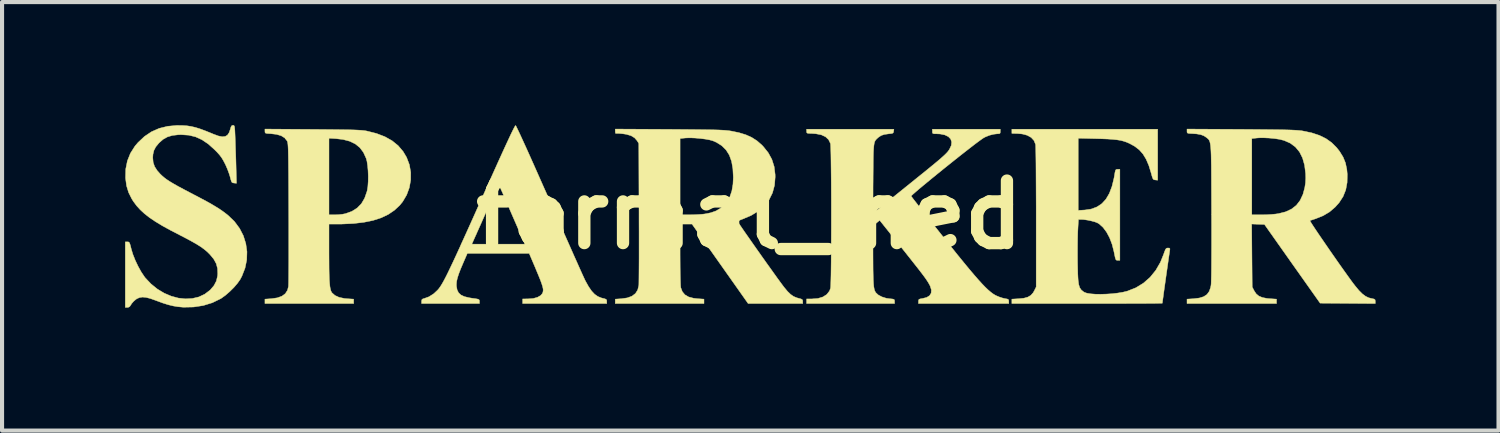
<source format=kicad_pcb>
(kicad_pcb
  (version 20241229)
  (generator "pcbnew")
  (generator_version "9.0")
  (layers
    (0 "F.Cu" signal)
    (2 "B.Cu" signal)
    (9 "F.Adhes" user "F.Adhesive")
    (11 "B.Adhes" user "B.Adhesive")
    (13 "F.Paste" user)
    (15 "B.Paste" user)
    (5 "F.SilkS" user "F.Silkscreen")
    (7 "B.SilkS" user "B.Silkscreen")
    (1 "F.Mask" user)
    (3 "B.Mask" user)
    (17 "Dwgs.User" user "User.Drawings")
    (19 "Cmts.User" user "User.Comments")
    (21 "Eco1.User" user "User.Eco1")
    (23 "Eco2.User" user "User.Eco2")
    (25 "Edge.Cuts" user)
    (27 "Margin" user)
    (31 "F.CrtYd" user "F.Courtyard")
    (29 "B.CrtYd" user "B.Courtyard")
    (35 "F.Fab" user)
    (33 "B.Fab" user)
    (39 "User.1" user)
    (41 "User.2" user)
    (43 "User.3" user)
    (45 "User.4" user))
  (footprint "formal_med"
    (layer "F.Cu")
    (at 15.226 2.188)
    (property "Reference" "formal_med" (at 0 0 0) (layer "F.SilkS") (effects (font (size 1.524 1.524) (thickness 0.3))))
    (attr through_hole)
    (fp_poly (pts (xy -10.654 -2.083) (xy -10.408 -2.081) (xy -10.197 -2.079) (xy -10.017 -2.077) (xy -9.865 -2.075) (xy -9.739 -2.073) (xy -9.635 -2.07) (xy -9.551 -2.066) (xy -9.482 -2.062) (xy -9.426 -2.057) (xy -9.381 -2.052) (xy -9.342 -2.045) (xy -9.335 -2.044) (xy -9.097 -1.984) (xy -8.891 -1.905) (xy -8.715 -1.806) (xy -8.568 -1.687) (xy -8.447 -1.545) (xy -8.362 -1.402) (xy -8.294 -1.223) (xy -8.261 -1.037) (xy -8.262 -0.848) (xy -8.295 -0.662) (xy -8.36 -0.485) (xy -8.457 -0.321) (xy -8.53 -0.231) (xy -8.659 -0.111) (xy -8.808 -0.01) (xy -8.98 0.072) (xy -9.177 0.136) (xy -9.402 0.182) (xy -9.655 0.212) (xy -9.94 0.225) (xy -10.048 0.226) (xy -10.254 0.226) (xy -10.254 0.927) (xy -10.253 1.139) (xy -10.252 1.317) (xy -10.249 1.465) (xy -10.245 1.585) (xy -10.238 1.68) (xy -10.23 1.755) (xy -10.219 1.813) (xy -10.206 1.856) (xy -10.19 1.888) (xy -10.182 1.9) (xy -10.11 1.965) (xy -10.008 2.012) (xy -9.877 2.04) (xy -9.813 2.046) (xy -9.652 2.056) (xy -9.652 2.164) (xy -11.816 2.164) (xy -11.816 2.056) (xy -11.657 2.045) (xy -11.513 2.024) (xy -11.401 1.983) (xy -11.319 1.922) (xy -11.266 1.839) (xy -11.242 1.745) (xy -11.241 1.712) (xy -11.239 1.644) (xy -11.238 1.544) (xy -11.237 1.415) (xy -11.236 1.26) (xy -11.235 1.082) (xy -11.235 0.883) (xy -11.235 0.666) (xy -11.235 0.435) (xy -11.235 0.192) (xy -11.236 0) (xy -10.254 0) (xy -10.108 0) (xy -10.018 -0.004) (xy -9.926 -0.014) (xy -9.853 -0.028) (xy -9.697 -0.084) (xy -9.568 -0.165) (xy -9.464 -0.271) (xy -9.385 -0.405) (xy -9.328 -0.569) (xy -9.321 -0.597) (xy -9.306 -0.692) (xy -9.298 -0.809) (xy -9.296 -0.94) (xy -9.301 -1.073) (xy -9.312 -1.198) (xy -9.328 -1.305) (xy -9.348 -1.378) (xy -9.414 -1.522) (xy -9.501 -1.638) (xy -9.612 -1.728) (xy -9.748 -1.794) (xy -9.911 -1.837) (xy -10.08 -1.857) (xy -10.254 -1.868) (xy -10.254 0) (xy -11.236 0) (xy -11.236 -0.047) (xy -11.237 -0.339) (xy -11.238 -0.595) (xy -11.239 -0.819) (xy -11.24 -1.012) (xy -11.242 -1.177) (xy -11.243 -1.316) (xy -11.245 -1.432) (xy -11.247 -1.527) (xy -11.249 -1.603) (xy -11.252 -1.662) (xy -11.255 -1.708) (xy -11.259 -1.742) (xy -11.263 -1.767) (xy -11.268 -1.785) (xy -11.274 -1.798) (xy -11.276 -1.802) (xy -11.333 -1.875) (xy -11.418 -1.928) (xy -11.533 -1.962) (xy -11.678 -1.979) (xy -11.689 -1.979) (xy -11.756 -1.983) (xy -11.794 -1.989) (xy -11.811 -2.001) (xy -11.815 -2.024) (xy -11.816 -2.038) (xy -11.816 -2.091) (xy -10.654 -2.083)) (stroke (width 0.01) (type solid)) (fill yes) (layer "F.SilkS"))
    (fp_poly (pts (xy -5.704 -2.178) (xy -5.692 -2.161) (xy -5.667 -2.11) (xy -5.628 -2.029) (xy -5.576 -1.918) (xy -5.513 -1.78) (xy -5.438 -1.616) (xy -5.354 -1.429) (xy -5.26 -1.219) (xy -5.158 -0.989) (xy -5.048 -0.741) (xy -4.93 -0.476) (xy -4.874 -0.348) (xy -4.764 -0.097) (xy -4.657 0.146) (xy -4.554 0.379) (xy -4.456 0.599) (xy -4.365 0.804) (xy -4.282 0.992) (xy -4.207 1.159) (xy -4.142 1.305) (xy -4.088 1.425) (xy -4.046 1.517) (xy -4.017 1.58) (xy -4.003 1.609) (xy -3.925 1.749) (xy -3.851 1.857) (xy -3.776 1.937) (xy -3.697 1.992) (xy -3.61 2.027) (xy -3.582 2.034) (xy -3.523 2.049) (xy -3.493 2.064) (xy -3.482 2.086) (xy -3.481 2.11) (xy -3.481 2.164) (xy -5.532 2.164) (xy -5.532 2.051) (xy -5.405 2.05) (xy -5.274 2.04) (xy -5.169 2.011) (xy -5.091 1.966) (xy -5.054 1.922) (xy -5.039 1.89) (xy -5.032 1.854) (xy -5.032 1.812) (xy -5.043 1.757) (xy -5.065 1.686) (xy -5.098 1.594) (xy -5.145 1.478) (xy -5.206 1.332) (xy -5.216 1.307) (xy -5.372 0.941) (xy -6.126 0.941) (xy -6.881 0.941) (xy -6.985 1.181) (xy -7.047 1.327) (xy -7.092 1.445) (xy -7.123 1.542) (xy -7.141 1.622) (xy -7.147 1.692) (xy -7.146 1.74) (xy -7.129 1.831) (xy -7.094 1.901) (xy -7.037 1.954) (xy -6.952 1.994) (xy -6.837 2.022) (xy -6.758 2.035) (xy -6.677 2.046) (xy -6.627 2.055) (xy -6.599 2.066) (xy -6.588 2.081) (xy -6.585 2.104) (xy -6.585 2.111) (xy -6.585 2.164) (xy -7.996 2.164) (xy -7.996 2.109) (xy -7.99 2.069) (xy -7.965 2.049) (xy -7.935 2.041) (xy -7.816 1.998) (xy -7.7 1.924) (xy -7.608 1.838) (xy -7.583 1.81) (xy -7.558 1.777) (xy -7.531 1.738) (xy -7.502 1.691) (xy -7.469 1.634) (xy -7.432 1.565) (xy -7.389 1.482) (xy -7.341 1.384) (xy -7.285 1.267) (xy -7.221 1.132) (xy -7.148 0.975) (xy -7.065 0.794) (xy -7.03 0.715) (xy -6.771 0.715) (xy -5.478 0.715) (xy -5.628 0.372) (xy -5.685 0.24) (xy -5.752 0.087) (xy -5.822 -0.074) (xy -5.889 -0.23) (xy -5.942 -0.352) (xy -5.99 -0.463) (xy -6.033 -0.561) (xy -6.07 -0.642) (xy -6.097 -0.7) (xy -6.113 -0.73) (xy -6.116 -0.733) (xy -6.126 -0.717) (xy -6.149 -0.67) (xy -6.183 -0.598) (xy -6.227 -0.503) (xy -6.278 -0.391) (xy -6.334 -0.266) (xy -6.354 -0.221) (xy -6.417 -0.079) (xy -6.481 0.064) (xy -6.541 0.2) (xy -6.596 0.323) (xy -6.642 0.425) (xy -6.675 0.501) (xy -6.677 0.503) (xy -6.771 0.715) (xy -7.03 0.715) (xy -6.972 0.588) (xy -6.867 0.356) (xy -6.749 0.094) (xy -6.618 -0.199) (xy -6.49 -0.485) (xy -6.352 -0.794) (xy -6.228 -1.069) (xy -6.119 -1.311) (xy -6.023 -1.522) (xy -5.941 -1.701) (xy -5.871 -1.851) (xy -5.815 -1.971) (xy -5.77 -2.063) (xy -5.737 -2.128) (xy -5.715 -2.166) (xy -5.704 -2.178) (xy -5.704 -2.178)) (stroke (width 0.01) (type solid)) (fill yes) (layer "F.SilkS"))
    (fp_poly (pts (xy -1.961 -2.084) (xy -1.7 -2.082) (xy -1.473 -2.08) (xy -1.278 -2.078) (xy -1.111 -2.076) (xy -0.97 -2.074) (xy -0.853 -2.072) (xy -0.755 -2.069) (xy -0.673 -2.065) (xy -0.606 -2.061) (xy -0.55 -2.056) (xy -0.502 -2.051) (xy -0.459 -2.044) (xy -0.455 -2.044) (xy -0.257 -2.003) (xy -0.09 -1.952) (xy 0.054 -1.887) (xy 0.182 -1.805) (xy 0.3 -1.702) (xy 0.331 -1.67) (xy 0.456 -1.515) (xy 0.545 -1.352) (xy 0.601 -1.175) (xy 0.625 -0.98) (xy 0.626 -0.922) (xy 0.61 -0.72) (xy 0.56 -0.535) (xy 0.477 -0.368) (xy 0.363 -0.22) (xy 0.217 -0.092) (xy 0.039 0.016) (xy -0.169 0.104) (xy -0.169 0.104) (xy -0.23 0.128) (xy -0.272 0.151) (xy -0.287 0.168) (xy -0.287 0.168) (xy -0.275 0.188) (xy -0.243 0.236) (xy -0.195 0.306) (xy -0.133 0.397) (xy -0.058 0.504) (xy 0.026 0.624) (xy 0.117 0.754) (xy 0.212 0.889) (xy 0.309 1.026) (xy 0.406 1.163) (xy 0.5 1.294) (xy 0.588 1.417) (xy 0.668 1.529) (xy 0.738 1.625) (xy 0.795 1.702) (xy 0.836 1.757) (xy 0.842 1.765) (xy 0.926 1.866) (xy 1.001 1.939) (xy 1.074 1.99) (xy 1.153 2.023) (xy 1.2 2.036) (xy 1.258 2.052) (xy 1.287 2.068) (xy 1.297 2.092) (xy 1.298 2.112) (xy 1.298 2.164) (xy -0.033 2.164) (xy -0.717 1.195) (xy -1.402 0.226) (xy -1.548 0.226) (xy -1.693 0.226) (xy -1.693 0.964) (xy -1.692 1.13) (xy -1.691 1.287) (xy -1.689 1.43) (xy -1.686 1.555) (xy -1.683 1.657) (xy -1.68 1.731) (xy -1.676 1.772) (xy -1.675 1.777) (xy -1.638 1.874) (xy -1.575 1.949) (xy -1.485 2.002) (xy -1.365 2.034) (xy -1.271 2.045) (xy -1.11 2.056) (xy -1.11 2.164) (xy -3.274 2.164) (xy -3.274 2.056) (xy -3.123 2.046) (xy -2.979 2.025) (xy -2.866 1.983) (xy -2.782 1.919) (xy -2.727 1.833) (xy -2.7 1.725) (xy -2.698 1.692) (xy -2.697 1.624) (xy -2.696 1.525) (xy -2.695 1.396) (xy -2.694 1.241) (xy -2.693 1.063) (xy -2.693 0.864) (xy -2.693 0.648) (xy -2.693 0.417) (xy -2.694 0.175) (xy -2.694 -0.056) (xy -2.7 -1.74) (xy -2.741 -1.807) (xy -2.787 -1.86) (xy -1.693 -1.86) (xy -1.693 0) (xy -1.469 0) (xy -1.362 -0.002) (xy -1.252 -0.007) (xy -1.154 -0.014) (xy -1.099 -0.02) (xy -0.948 -0.049) (xy -0.824 -0.092) (xy -0.719 -0.153) (xy -0.653 -0.207) (xy -0.554 -0.315) (xy -0.48 -0.438) (xy -0.431 -0.581) (xy -0.403 -0.747) (xy -0.395 -0.914) (xy -0.406 -1.123) (xy -0.437 -1.302) (xy -0.492 -1.455) (xy -0.571 -1.581) (xy -0.674 -1.684) (xy -0.804 -1.766) (xy -0.897 -1.806) (xy -0.973 -1.827) (xy -1.076 -1.846) (xy -1.195 -1.861) (xy -1.319 -1.872) (xy -1.437 -1.877) (xy -1.538 -1.875) (xy -1.57 -1.873) (xy -1.693 -1.86) (xy -2.787 -1.86) (xy -2.802 -1.877) (xy -2.888 -1.929) (xy -3.002 -1.963) (xy -3.087 -1.976) (xy -3.161 -1.983) (xy -3.219 -1.986) (xy -3.254 -1.985) (xy -3.258 -1.983) (xy -3.269 -1.992) (xy -3.274 -2.028) (xy -3.274 -2.032) (xy -3.274 -2.091) (xy -1.961 -2.084)) (stroke (width 0.01) (type solid)) (fill yes) (layer "F.SilkS"))
    (fp_poly (pts (xy 9.953 -0.844) (xy 9.895 -0.85) (xy 9.866 -0.855) (xy 9.846 -0.867) (xy 9.83 -0.894) (xy 9.814 -0.943) (xy 9.794 -1.016) (xy 9.737 -1.202) (xy 9.671 -1.356) (xy 9.594 -1.483) (xy 9.502 -1.586) (xy 9.39 -1.672) (xy 9.268 -1.739) (xy 9.197 -1.77) (xy 9.127 -1.794) (xy 9.052 -1.814) (xy 8.966 -1.828) (xy 8.863 -1.839) (xy 8.738 -1.848) (xy 8.584 -1.854) (xy 8.471 -1.857) (xy 8.015 -1.868) (xy 8.015 -0.108) (xy 8.172 -0.117) (xy 8.333 -0.141) (xy 8.472 -0.193) (xy 8.591 -0.272) (xy 8.692 -0.382) (xy 8.774 -0.522) (xy 8.839 -0.694) (xy 8.889 -0.9) (xy 8.9 -0.964) (xy 8.912 -1.037) (xy 8.923 -1.081) (xy 8.936 -1.102) (xy 8.956 -1.109) (xy 8.977 -1.11) (xy 9.031 -1.11) (xy 9.031 1.11) (xy 8.979 1.11) (xy 8.957 1.109) (xy 8.94 1.1) (xy 8.927 1.079) (xy 8.915 1.037) (xy 8.901 0.97) (xy 8.887 0.9) (xy 8.842 0.722) (xy 8.781 0.561) (xy 8.706 0.421) (xy 8.621 0.307) (xy 8.528 0.223) (xy 8.485 0.197) (xy 8.422 0.172) (xy 8.335 0.149) (xy 8.24 0.129) (xy 8.149 0.116) (xy 8.098 0.113) (xy 8.021 0.113) (xy 8.009 0.325) (xy 8.004 0.427) (xy 8.001 0.555) (xy 7.999 0.7) (xy 7.998 0.855) (xy 7.998 1.014) (xy 7.999 1.169) (xy 8.002 1.313) (xy 8.005 1.439) (xy 8.01 1.54) (xy 8.014 1.596) (xy 8.028 1.7) (xy 8.052 1.776) (xy 8.09 1.832) (xy 8.147 1.878) (xy 8.165 1.889) (xy 8.226 1.911) (xy 8.316 1.926) (xy 8.43 1.935) (xy 8.56 1.937) (xy 8.699 1.933) (xy 8.841 1.924) (xy 8.978 1.908) (xy 9.105 1.887) (xy 9.212 1.861) (xy 9.217 1.859) (xy 9.422 1.778) (xy 9.606 1.665) (xy 9.768 1.523) (xy 9.906 1.353) (xy 10.02 1.156) (xy 10.095 0.97) (xy 10.122 0.894) (xy 10.142 0.846) (xy 10.16 0.821) (xy 10.18 0.811) (xy 10.204 0.809) (xy 10.24 0.812) (xy 10.252 0.83) (xy 10.247 0.87) (xy 10.243 0.9) (xy 10.234 0.961) (xy 10.221 1.048) (xy 10.206 1.154) (xy 10.189 1.275) (xy 10.17 1.405) (xy 10.151 1.539) (xy 10.132 1.673) (xy 10.114 1.8) (xy 10.098 1.915) (xy 10.085 2.014) (xy 10.074 2.09) (xy 10.068 2.139) (xy 10.066 2.155) (xy 10.048 2.156) (xy 9.994 2.157) (xy 9.908 2.159) (xy 9.792 2.16) (xy 9.649 2.161) (xy 9.48 2.161) (xy 9.29 2.162) (xy 9.079 2.163) (xy 8.852 2.163) (xy 8.61 2.164) (xy 8.355 2.164) (xy 8.231 2.164) (xy 6.397 2.164) (xy 6.397 2.056) (xy 6.564 2.046) (xy 6.691 2.033) (xy 6.787 2.006) (xy 6.86 1.963) (xy 6.916 1.9) (xy 6.943 1.853) (xy 6.99 1.759) (xy 6.99 0.056) (xy 6.99 -0.195) (xy 6.989 -0.437) (xy 6.988 -0.666) (xy 6.987 -0.88) (xy 6.986 -1.076) (xy 6.985 -1.251) (xy 6.983 -1.403) (xy 6.981 -1.528) (xy 6.979 -1.624) (xy 6.977 -1.687) (xy 6.975 -1.716) (xy 6.975 -1.716) (xy 6.937 -1.811) (xy 6.868 -1.886) (xy 6.77 -1.94) (xy 6.646 -1.972) (xy 6.547 -1.981) (xy 6.397 -1.985) (xy 6.397 -2.037) (xy 6.397 -2.088) (xy 9.953 -2.088) (xy 9.953 -0.844)) (stroke (width 0.01) (type solid)) (fill yes) (layer "F.SilkS"))
    (fp_poly (pts (xy 11.99 -2.084) (xy 12.254 -2.082) (xy 12.484 -2.08) (xy 12.682 -2.078) (xy 12.851 -2.076) (xy 12.994 -2.074) (xy 13.114 -2.071) (xy 13.213 -2.068) (xy 13.294 -2.064) (xy 13.361 -2.06) (xy 13.415 -2.055) (xy 13.461 -2.05) (xy 13.49 -2.045) (xy 13.709 -1.999) (xy 13.896 -1.937) (xy 14.057 -1.858) (xy 14.195 -1.76) (xy 14.316 -1.639) (xy 14.387 -1.549) (xy 14.474 -1.408) (xy 14.532 -1.265) (xy 14.565 -1.107) (xy 14.576 -0.988) (xy 14.572 -0.788) (xy 14.539 -0.609) (xy 14.474 -0.446) (xy 14.376 -0.295) (xy 14.28 -0.188) (xy 14.142 -0.07) (xy 13.987 0.022) (xy 13.81 0.093) (xy 13.745 0.115) (xy 13.692 0.132) (xy 13.665 0.141) (xy 13.672 0.157) (xy 13.698 0.2) (xy 13.741 0.267) (xy 13.799 0.355) (xy 13.869 0.459) (xy 13.949 0.576) (xy 14.037 0.704) (xy 14.129 0.838) (xy 14.224 0.975) (xy 14.32 1.112) (xy 14.413 1.245) (xy 14.502 1.37) (xy 14.584 1.485) (xy 14.657 1.586) (xy 14.718 1.669) (xy 14.766 1.73) (xy 14.766 1.731) (xy 14.859 1.843) (xy 14.942 1.926) (xy 15.019 1.984) (xy 15.096 2.022) (xy 15.18 2.043) (xy 15.182 2.043) (xy 15.231 2.054) (xy 15.253 2.071) (xy 15.259 2.103) (xy 15.259 2.11) (xy 15.259 2.164) (xy 14.586 2.159) (xy 13.914 2.154) (xy 13.235 1.195) (xy 12.557 0.235) (xy 12.401 0.23) (xy 12.245 0.224) (xy 12.251 0.992) (xy 12.258 1.76) (xy 12.306 1.853) (xy 12.355 1.927) (xy 12.42 1.981) (xy 12.507 2.017) (xy 12.62 2.039) (xy 12.687 2.045) (xy 12.851 2.056) (xy 12.851 2.164) (xy 10.668 2.164) (xy 10.668 2.056) (xy 10.827 2.046) (xy 10.966 2.029) (xy 11.074 1.996) (xy 11.154 1.943) (xy 11.209 1.868) (xy 11.244 1.769) (xy 11.254 1.713) (xy 11.257 1.672) (xy 11.259 1.595) (xy 11.262 1.486) (xy 11.264 1.345) (xy 11.265 1.176) (xy 11.266 0.98) (xy 11.267 0.76) (xy 11.267 0.518) (xy 11.267 0.257) (xy 11.266 -0.022) (xy 11.266 -0.06) (xy 11.265 -0.353) (xy 11.264 -0.612) (xy 11.263 -0.837) (xy 11.262 -1.032) (xy 11.261 -1.199) (xy 11.258 -1.34) (xy 11.256 -1.458) (xy 11.252 -1.555) (xy 11.247 -1.634) (xy 11.241 -1.696) (xy 11.233 -1.744) (xy 11.224 -1.781) (xy 11.213 -1.809) (xy 11.201 -1.831) (xy 11.186 -1.848) (xy 11.173 -1.86) (xy 12.248 -1.86) (xy 12.248 0) (xy 12.491 0) (xy 12.603 -0.002) (xy 12.72 -0.009) (xy 12.827 -0.019) (xy 12.898 -0.029) (xy 13.072 -0.073) (xy 13.216 -0.14) (xy 13.334 -0.232) (xy 13.426 -0.351) (xy 13.495 -0.498) (xy 13.539 -0.66) (xy 13.557 -0.777) (xy 13.563 -0.895) (xy 13.56 -1.006) (xy 13.535 -1.21) (xy 13.485 -1.386) (xy 13.411 -1.534) (xy 13.311 -1.654) (xy 13.186 -1.747) (xy 13.036 -1.813) (xy 12.926 -1.841) (xy 12.807 -1.859) (xy 12.673 -1.872) (xy 12.54 -1.878) (xy 12.421 -1.877) (xy 12.371 -1.873) (xy 12.248 -1.86) (xy 11.173 -1.86) (xy 11.169 -1.863) (xy 11.15 -1.879) (xy 11.14 -1.887) (xy 11.077 -1.928) (xy 11.001 -1.956) (xy 10.903 -1.973) (xy 10.804 -1.98) (xy 10.734 -1.983) (xy 10.693 -1.988) (xy 10.674 -1.999) (xy 10.668 -2.019) (xy 10.668 -2.038) (xy 10.668 -2.091) (xy 11.99 -2.084)) (stroke (width 0.01) (type solid)) (fill yes) (layer "F.SilkS"))
    (fp_poly (pts (xy -12.579 -2.181) (xy -12.568 -2.173) (xy -12.559 -2.153) (xy -12.554 -2.116) (xy -12.549 -2.055) (xy -12.545 -1.965) (xy -12.542 -1.896) (xy -12.538 -1.785) (xy -12.534 -1.648) (xy -12.529 -1.497) (xy -12.524 -1.343) (xy -12.52 -1.196) (xy -12.52 -1.189) (xy -12.509 -0.769) (xy -12.569 -0.775) (xy -12.6 -0.78) (xy -12.621 -0.792) (xy -12.636 -0.821) (xy -12.652 -0.873) (xy -12.664 -0.922) (xy -12.689 -1.003) (xy -12.725 -1.101) (xy -12.767 -1.2) (xy -12.787 -1.242) (xy -12.831 -1.326) (xy -12.873 -1.395) (xy -12.922 -1.46) (xy -12.985 -1.53) (xy -13.046 -1.591) (xy -13.2 -1.729) (xy -13.352 -1.831) (xy -13.508 -1.902) (xy -13.674 -1.942) (xy -13.855 -1.954) (xy -13.923 -1.953) (xy -14.071 -1.936) (xy -14.193 -1.9) (xy -14.299 -1.841) (xy -14.395 -1.756) (xy -14.402 -1.749) (xy -14.477 -1.658) (xy -14.523 -1.57) (xy -14.546 -1.474) (xy -14.551 -1.392) (xy -14.541 -1.278) (xy -14.506 -1.176) (xy -14.442 -1.077) (xy -14.37 -0.996) (xy -14.322 -0.95) (xy -14.269 -0.905) (xy -14.209 -0.86) (xy -14.136 -0.812) (xy -14.047 -0.759) (xy -13.938 -0.697) (xy -13.804 -0.625) (xy -13.642 -0.54) (xy -13.572 -0.503) (xy -13.392 -0.409) (xy -13.242 -0.329) (xy -13.116 -0.258) (xy -13.01 -0.195) (xy -12.918 -0.137) (xy -12.836 -0.08) (xy -12.758 -0.021) (xy -12.714 0.014) (xy -12.559 0.163) (xy -12.435 0.33) (xy -12.342 0.51) (xy -12.282 0.702) (xy -12.254 0.9) (xy -12.26 1.1) (xy -12.301 1.299) (xy -12.377 1.494) (xy -12.422 1.579) (xy -12.487 1.671) (xy -12.574 1.772) (xy -12.675 1.872) (xy -12.78 1.963) (xy -12.88 2.035) (xy -12.898 2.046) (xy -13.099 2.144) (xy -13.32 2.212) (xy -13.555 2.248) (xy -13.799 2.253) (xy -13.818 2.252) (xy -13.937 2.241) (xy -14.052 2.222) (xy -14.172 2.193) (xy -14.306 2.151) (xy -14.464 2.093) (xy -14.483 2.086) (xy -14.612 2.04) (xy -14.716 2.014) (xy -14.801 2.006) (xy -14.872 2.017) (xy -14.937 2.045) (xy -14.962 2.062) (xy -15.018 2.11) (xy -15.066 2.165) (xy -15.08 2.188) (xy -15.112 2.236) (xy -15.146 2.255) (xy -15.169 2.258) (xy -15.221 2.258) (xy -15.221 0.659) (xy -15.169 0.659) (xy -15.145 0.661) (xy -15.127 0.671) (xy -15.113 0.697) (xy -15.097 0.746) (xy -15.078 0.823) (xy -15.076 0.832) (xy -15.036 0.964) (xy -14.978 1.11) (xy -14.908 1.257) (xy -14.832 1.394) (xy -14.755 1.509) (xy -14.733 1.538) (xy -14.593 1.686) (xy -14.438 1.811) (xy -14.273 1.91) (xy -14.102 1.983) (xy -13.928 2.03) (xy -13.755 2.049) (xy -13.587 2.04) (xy -13.429 2.003) (xy -13.284 1.935) (xy -13.156 1.838) (xy -13.149 1.832) (xy -13.058 1.725) (xy -13 1.614) (xy -12.971 1.488) (xy -12.967 1.439) (xy -12.972 1.308) (xy -13.003 1.191) (xy -13.064 1.079) (xy -13.155 0.969) (xy -13.222 0.902) (xy -13.299 0.838) (xy -13.389 0.773) (xy -13.499 0.705) (xy -13.632 0.63) (xy -13.792 0.545) (xy -13.876 0.502) (xy -14.108 0.382) (xy -14.309 0.272) (xy -14.48 0.169) (xy -14.626 0.071) (xy -14.749 -0.025) (xy -14.854 -0.121) (xy -14.944 -0.22) (xy -15.021 -0.323) (xy -15.062 -0.388) (xy -15.14 -0.544) (xy -15.19 -0.707) (xy -15.214 -0.888) (xy -15.215 -0.903) (xy -15.21 -1.116) (xy -15.17 -1.315) (xy -15.096 -1.5) (xy -14.986 -1.674) (xy -14.911 -1.762) (xy -14.754 -1.91) (xy -14.583 -2.025) (xy -14.395 -2.108) (xy -14.189 -2.159) (xy -13.962 -2.18) (xy -13.826 -2.178) (xy -13.721 -2.171) (xy -13.62 -2.156) (xy -13.516 -2.132) (xy -13.402 -2.097) (xy -13.272 -2.049) (xy -13.116 -1.986) (xy -13.076 -1.969) (xy -12.955 -1.924) (xy -12.859 -1.904) (xy -12.785 -1.911) (xy -12.729 -1.944) (xy -12.688 -2.006) (xy -12.661 -2.085) (xy -12.644 -2.143) (xy -12.626 -2.173) (xy -12.601 -2.182) (xy -12.595 -2.183) (xy -12.579 -2.181)) (stroke (width 0.01) (type solid)) (fill yes) (layer "F.SilkS"))
    (fp_poly (pts (xy 3.515 -2.037) (xy 3.509 -2.009) (xy 3.495 -1.992) (xy 3.462 -1.982) (xy 3.402 -1.976) (xy 3.387 -1.974) (xy 3.288 -1.96) (xy 3.213 -1.935) (xy 3.149 -1.894) (xy 3.126 -1.874) (xy 3.102 -1.852) (xy 3.082 -1.831) (xy 3.065 -1.807) (xy 3.051 -1.778) (xy 3.041 -1.74) (xy 3.033 -1.688) (xy 3.027 -1.621) (xy 3.022 -1.534) (xy 3.019 -1.423) (xy 3.017 -1.286) (xy 3.016 -1.12) (xy 3.014 -0.919) (xy 3.014 -0.876) (xy 3.012 -0.675) (xy 3.012 -0.51) (xy 3.011 -0.375) (xy 3.011 -0.269) (xy 3.012 -0.188) (xy 3.014 -0.13) (xy 3.017 -0.09) (xy 3.021 -0.066) (xy 3.026 -0.054) (xy 3.033 -0.053) (xy 3.04 -0.057) (xy 3.042 -0.059) (xy 3.063 -0.076) (xy 3.11 -0.115) (xy 3.181 -0.172) (xy 3.273 -0.246) (xy 3.383 -0.334) (xy 3.507 -0.434) (xy 3.644 -0.544) (xy 3.79 -0.662) (xy 3.846 -0.707) (xy 4.038 -0.862) (xy 4.203 -0.995) (xy 4.343 -1.108) (xy 4.461 -1.205) (xy 4.558 -1.285) (xy 4.638 -1.352) (xy 4.701 -1.408) (xy 4.752 -1.454) (xy 4.791 -1.492) (xy 4.822 -1.525) (xy 4.846 -1.554) (xy 4.865 -1.582) (xy 4.876 -1.598) (xy 4.92 -1.692) (xy 4.929 -1.776) (xy 4.905 -1.848) (xy 4.849 -1.906) (xy 4.763 -1.948) (xy 4.65 -1.971) (xy 4.567 -1.975) (xy 4.506 -1.976) (xy 4.474 -1.982) (xy 4.461 -1.997) (xy 4.459 -2.027) (xy 4.459 -2.032) (xy 4.459 -2.088) (xy 6.115 -2.088) (xy 6.115 -2.032) (xy 6.112 -1.995) (xy 6.095 -1.979) (xy 6.053 -1.976) (xy 6.043 -1.976) (xy 5.953 -1.965) (xy 5.85 -1.939) (xy 5.753 -1.9) (xy 5.703 -1.873) (xy 5.652 -1.838) (xy 5.579 -1.785) (xy 5.487 -1.716) (xy 5.38 -1.633) (xy 5.259 -1.539) (xy 5.129 -1.437) (xy 4.993 -1.329) (xy 4.853 -1.217) (xy 4.713 -1.105) (xy 4.575 -0.993) (xy 4.444 -0.886) (xy 4.321 -0.785) (xy 4.21 -0.693) (xy 4.114 -0.613) (xy 4.037 -0.546) (xy 3.98 -0.496) (xy 3.948 -0.465) (xy 3.942 -0.456) (xy 3.955 -0.437) (xy 3.989 -0.392) (xy 4.043 -0.322) (xy 4.115 -0.23) (xy 4.202 -0.119) (xy 4.302 0.009) (xy 4.415 0.151) (xy 4.537 0.305) (xy 4.666 0.468) (xy 4.717 0.532) (xy 4.908 0.771) (xy 5.078 0.983) (xy 5.229 1.168) (xy 5.361 1.328) (xy 5.478 1.466) (xy 5.58 1.583) (xy 5.67 1.682) (xy 5.748 1.763) (xy 5.817 1.829) (xy 5.879 1.882) (xy 5.934 1.924) (xy 5.986 1.956) (xy 6.021 1.974) (xy 6.098 2.006) (xy 6.176 2.031) (xy 6.232 2.044) (xy 6.286 2.053) (xy 6.313 2.066) (xy 6.321 2.091) (xy 6.322 2.11) (xy 6.322 2.164) (xy 4.12 2.164) (xy 4.12 2.109) (xy 4.123 2.076) (xy 4.138 2.058) (xy 4.175 2.047) (xy 4.214 2.041) (xy 4.319 2.015) (xy 4.391 1.971) (xy 4.429 1.909) (xy 4.435 1.831) (xy 4.406 1.738) (xy 4.396 1.718) (xy 4.377 1.683) (xy 4.355 1.645) (xy 4.327 1.601) (xy 4.292 1.55) (xy 4.247 1.488) (xy 4.19 1.413) (xy 4.12 1.322) (xy 4.034 1.213) (xy 3.93 1.081) (xy 3.807 0.926) (xy 3.673 0.758) (xy 3.174 0.134) (xy 3.01 0.268) (xy 3.011 0.967) (xy 3.012 1.17) (xy 3.013 1.339) (xy 3.016 1.478) (xy 3.019 1.589) (xy 3.024 1.678) (xy 3.03 1.747) (xy 3.039 1.799) (xy 3.049 1.839) (xy 3.063 1.87) (xy 3.079 1.896) (xy 3.079 1.897) (xy 3.14 1.954) (xy 3.229 2.001) (xy 3.334 2.034) (xy 3.415 2.046) (xy 3.481 2.052) (xy 3.517 2.06) (xy 3.533 2.074) (xy 3.537 2.099) (xy 3.537 2.11) (xy 3.537 2.164) (xy 1.392 2.164) (xy 1.392 2.051) (xy 1.521 2.051) (xy 1.67 2.039) (xy 1.791 2.002) (xy 1.884 1.942) (xy 1.949 1.859) (xy 1.974 1.793) (xy 1.978 1.761) (xy 1.981 1.695) (xy 1.984 1.598) (xy 1.987 1.473) (xy 1.989 1.324) (xy 1.991 1.154) (xy 1.992 0.966) (xy 1.993 0.764) (xy 1.994 0.551) (xy 1.995 0.33) (xy 1.995 0.104) (xy 1.995 -0.123) (xy 1.995 -0.347) (xy 1.994 -0.566) (xy 1.993 -0.776) (xy 1.991 -0.974) (xy 1.989 -1.157) (xy 1.987 -1.321) (xy 1.985 -1.463) (xy 1.982 -1.579) (xy 1.979 -1.667) (xy 1.976 -1.722) (xy 1.973 -1.74) (xy 1.929 -1.832) (xy 1.855 -1.902) (xy 1.75 -1.951) (xy 1.616 -1.977) (xy 1.524 -1.983) (xy 1.455 -1.985) (xy 1.416 -1.989) (xy 1.398 -2) (xy 1.393 -2.02) (xy 1.392 -2.037) (xy 1.392 -2.088) (xy 3.521 -2.088) (xy 3.515 -2.037)) (stroke (width 0.01) (type solid)) (fill yes) (layer "F.SilkS")))
  (gr_rect
    (start -3 -3)
    (end 33.49 7.45)
    (stroke (width 0.1) (type default))
    (fill no)
    (layer "Edge.Cuts")))
</source>
